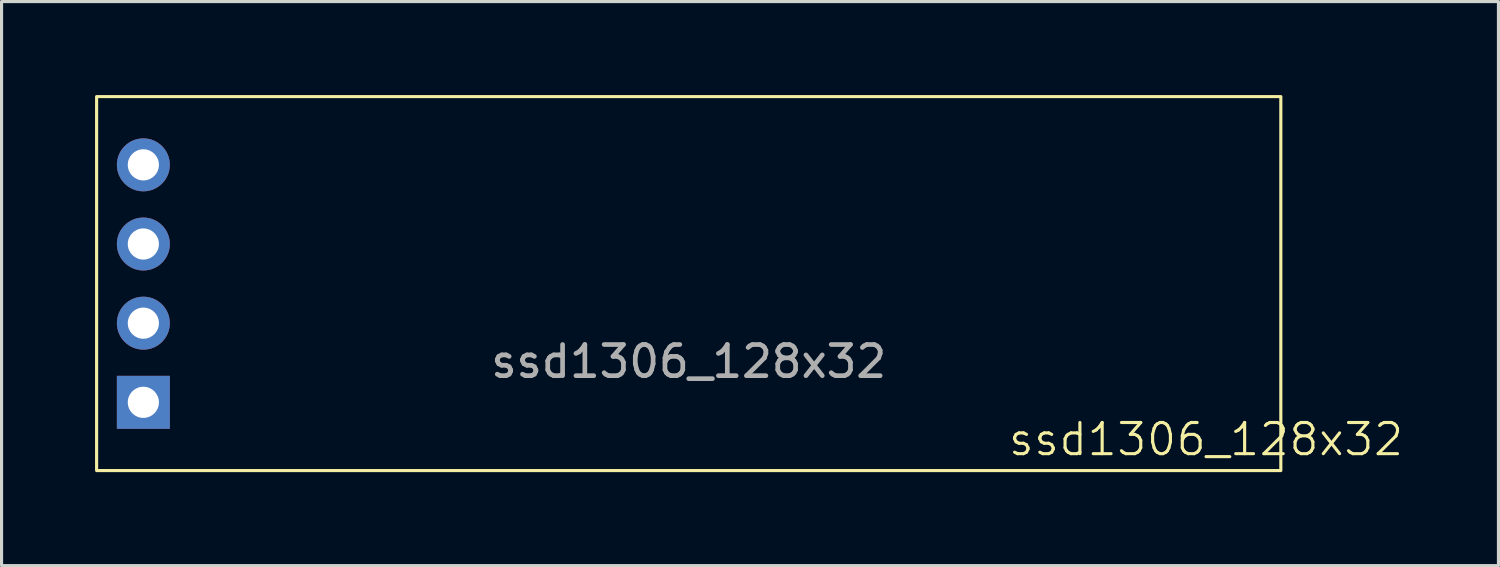
<source format=kicad_pcb>
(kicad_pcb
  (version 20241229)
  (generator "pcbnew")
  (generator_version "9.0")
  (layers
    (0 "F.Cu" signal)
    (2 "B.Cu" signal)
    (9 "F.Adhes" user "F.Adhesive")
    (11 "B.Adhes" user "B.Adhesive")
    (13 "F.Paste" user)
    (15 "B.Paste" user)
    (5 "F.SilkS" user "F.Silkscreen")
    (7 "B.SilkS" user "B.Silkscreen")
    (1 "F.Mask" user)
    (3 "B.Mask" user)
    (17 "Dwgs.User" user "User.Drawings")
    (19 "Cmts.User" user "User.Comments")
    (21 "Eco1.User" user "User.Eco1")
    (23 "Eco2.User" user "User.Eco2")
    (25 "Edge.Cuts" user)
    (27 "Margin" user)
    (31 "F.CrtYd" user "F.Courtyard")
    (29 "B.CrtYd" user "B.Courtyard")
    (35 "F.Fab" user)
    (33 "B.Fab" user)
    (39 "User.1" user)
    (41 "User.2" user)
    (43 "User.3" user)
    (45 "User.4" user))
  (footprint "ssd1306_128x32"
    (layer "F.Cu")
    (at 19.05 6.05)
    (property "Reference" "ssd1306_128x32" (at 16.6 5 0) (unlocked yes) (layer "F.SilkS") (effects (font (size 1 1) (thickness 0.1))))
    (attr through_hole)
    (fp_rect (start -19 -6) (end 19 6) (stroke (width 0.1) (type default)) (fill no) (layer "F.SilkS"))
    (fp_text user "${REFERENCE}" (at 0 2.5 0) (unlocked yes) (layer "F.Fab") (effects (font (size 1 1) (thickness 0.15))))
    (pad "1" thru_hole circle (at -17.5 -3.81) (size 1.7 1.7) (drill 1) (layers "*.Cu" "*.Mask"))
    (pad "2" thru_hole circle (at -17.5 -1.27) (size 1.7 1.7) (drill 1) (layers "*.Cu" "*.Mask"))
    (pad "3" thru_hole circle (at -17.5 1.27) (size 1.7 1.7) (drill 1) (layers "*.Cu" "*.Mask"))
    (pad "4" thru_hole rect (at -17.5 3.81) (size 1.7 1.7) (drill 1) (layers "*.Cu" "*.Mask")))
  (gr_rect
    (start -3 -3)
    (end 45.033 15.1)
    (stroke (width 0.1) (type default))
    (fill no)
    (layer "Edge.Cuts")))
</source>
